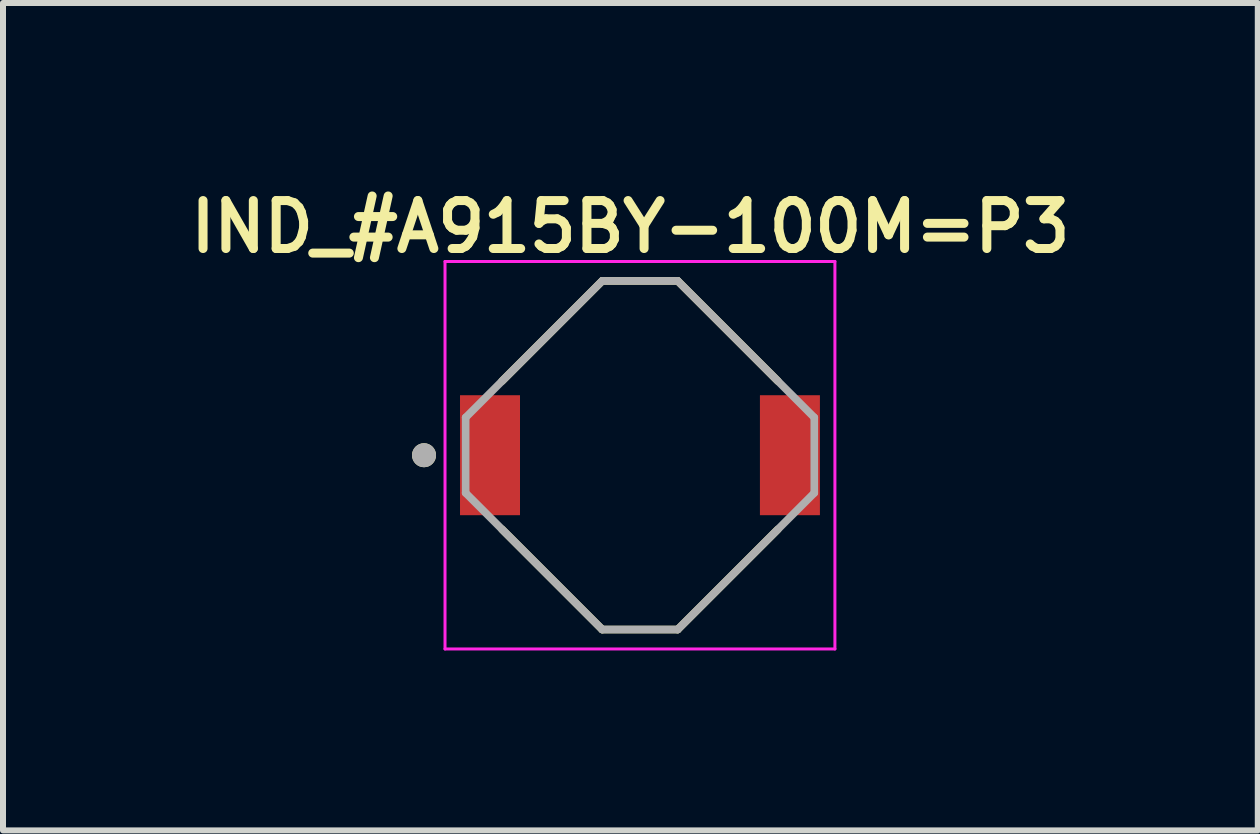
<source format=kicad_pcb>
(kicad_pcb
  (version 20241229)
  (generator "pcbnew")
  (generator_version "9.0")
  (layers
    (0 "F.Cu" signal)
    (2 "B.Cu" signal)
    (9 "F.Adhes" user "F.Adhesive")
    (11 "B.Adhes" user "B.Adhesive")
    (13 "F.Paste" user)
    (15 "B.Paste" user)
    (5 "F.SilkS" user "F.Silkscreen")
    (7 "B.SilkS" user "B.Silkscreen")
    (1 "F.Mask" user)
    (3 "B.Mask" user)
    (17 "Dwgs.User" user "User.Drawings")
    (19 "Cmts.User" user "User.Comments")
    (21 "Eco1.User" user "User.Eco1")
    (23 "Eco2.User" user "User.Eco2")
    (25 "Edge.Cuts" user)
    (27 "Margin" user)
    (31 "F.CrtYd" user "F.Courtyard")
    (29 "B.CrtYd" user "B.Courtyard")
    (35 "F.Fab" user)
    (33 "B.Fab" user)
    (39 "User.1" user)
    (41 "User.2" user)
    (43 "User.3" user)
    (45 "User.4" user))
  (footprint "IND_#A915BY-100M=P3"
    (layer "F.Cu")
    (at 7.619 4.539)
    (property "Reference" "IND_#A915BY-100M=P3" (at -0.16 -3.808 0) (layer "F.SilkS") (effects (font (size 0.8 0.8) (thickness 0.15))))
    (attr through_hole)
    (fp_line (start -2.299 -1.236) (end -0.629 -2.906) (stroke (width 0.127) (type solid)) (layer "F.SilkS"))
    (fp_line (start -2.299 1.236) (end -0.629 2.906) (stroke (width 0.127) (type solid)) (layer "F.SilkS"))
    (fp_line (start -0.629 -2.906) (end 0.629 -2.906) (stroke (width 0.127) (type solid)) (layer "F.SilkS"))
    (fp_line (start -0.629 2.906) (end 0.629 2.906) (stroke (width 0.127) (type solid)) (layer "F.SilkS"))
    (fp_line (start 0.629 -2.906) (end 2.299 -1.236) (stroke (width 0.127) (type solid)) (layer "F.SilkS"))
    (fp_line (start 0.629 2.906) (end 2.299 1.236) (stroke (width 0.127) (type solid)) (layer "F.SilkS"))
    (fp_circle (center -3.6 0) (end -3.5 0) (stroke (width 0.2) (type solid)) (fill no) (layer "F.SilkS"))
    (fp_line (start -3.25 -3.23) (end 3.25 -3.23) (stroke (width 0.05) (type solid)) (layer "F.CrtYd"))
    (fp_line (start -3.25 3.23) (end -3.25 -3.23) (stroke (width 0.05) (type solid)) (layer "F.CrtYd"))
    (fp_line (start 3.25 -3.23) (end 3.25 3.23) (stroke (width 0.05) (type solid)) (layer "F.CrtYd"))
    (fp_line (start 3.25 3.23) (end -3.25 3.23) (stroke (width 0.05) (type solid)) (layer "F.CrtYd"))
    (fp_line (start -2.906 -0.629) (end -2.906 0.629) (stroke (width 0.127) (type solid)) (layer "F.Fab"))
    (fp_line (start -2.906 -0.629) (end -0.629 -2.906) (stroke (width 0.127) (type solid)) (layer "F.Fab"))
    (fp_line (start -0.629 2.906) (end -2.906 0.629) (stroke (width 0.127) (type solid)) (layer "F.Fab"))
    (fp_line (start -0.629 2.906) (end 0.629 2.906) (stroke (width 0.127) (type solid)) (layer "F.Fab"))
    (fp_line (start 0.629 -2.906) (end -0.629 -2.906) (stroke (width 0.127) (type solid)) (layer "F.Fab"))
    (fp_line (start 0.629 -2.906) (end 2.906 -0.629) (stroke (width 0.127) (type solid)) (layer "F.Fab"))
    (fp_line (start 2.906 0.629) (end 0.629 2.906) (stroke (width 0.127) (type solid)) (layer "F.Fab"))
    (fp_line (start 2.906 0.629) (end 2.906 -0.629) (stroke (width 0.127) (type solid)) (layer "F.Fab"))
    (fp_circle (center -3.6 0) (end -3.5 0) (stroke (width 0.2) (type solid)) (fill no) (layer "F.Fab"))
    (pad "1" smd rect (at -2.5 0) (size 1 2) (layers "F.Cu" "F.Mask" "F.Paste"))
    (pad "2" smd rect (at 2.5 0) (size 1 2) (layers "F.Cu" "F.Mask" "F.Paste")))
  (gr_rect
    (start -3 -3)
    (end 17.919 10.794)
    (stroke (width 0.1) (type default))
    (fill no)
    (layer "Edge.Cuts")))
</source>
